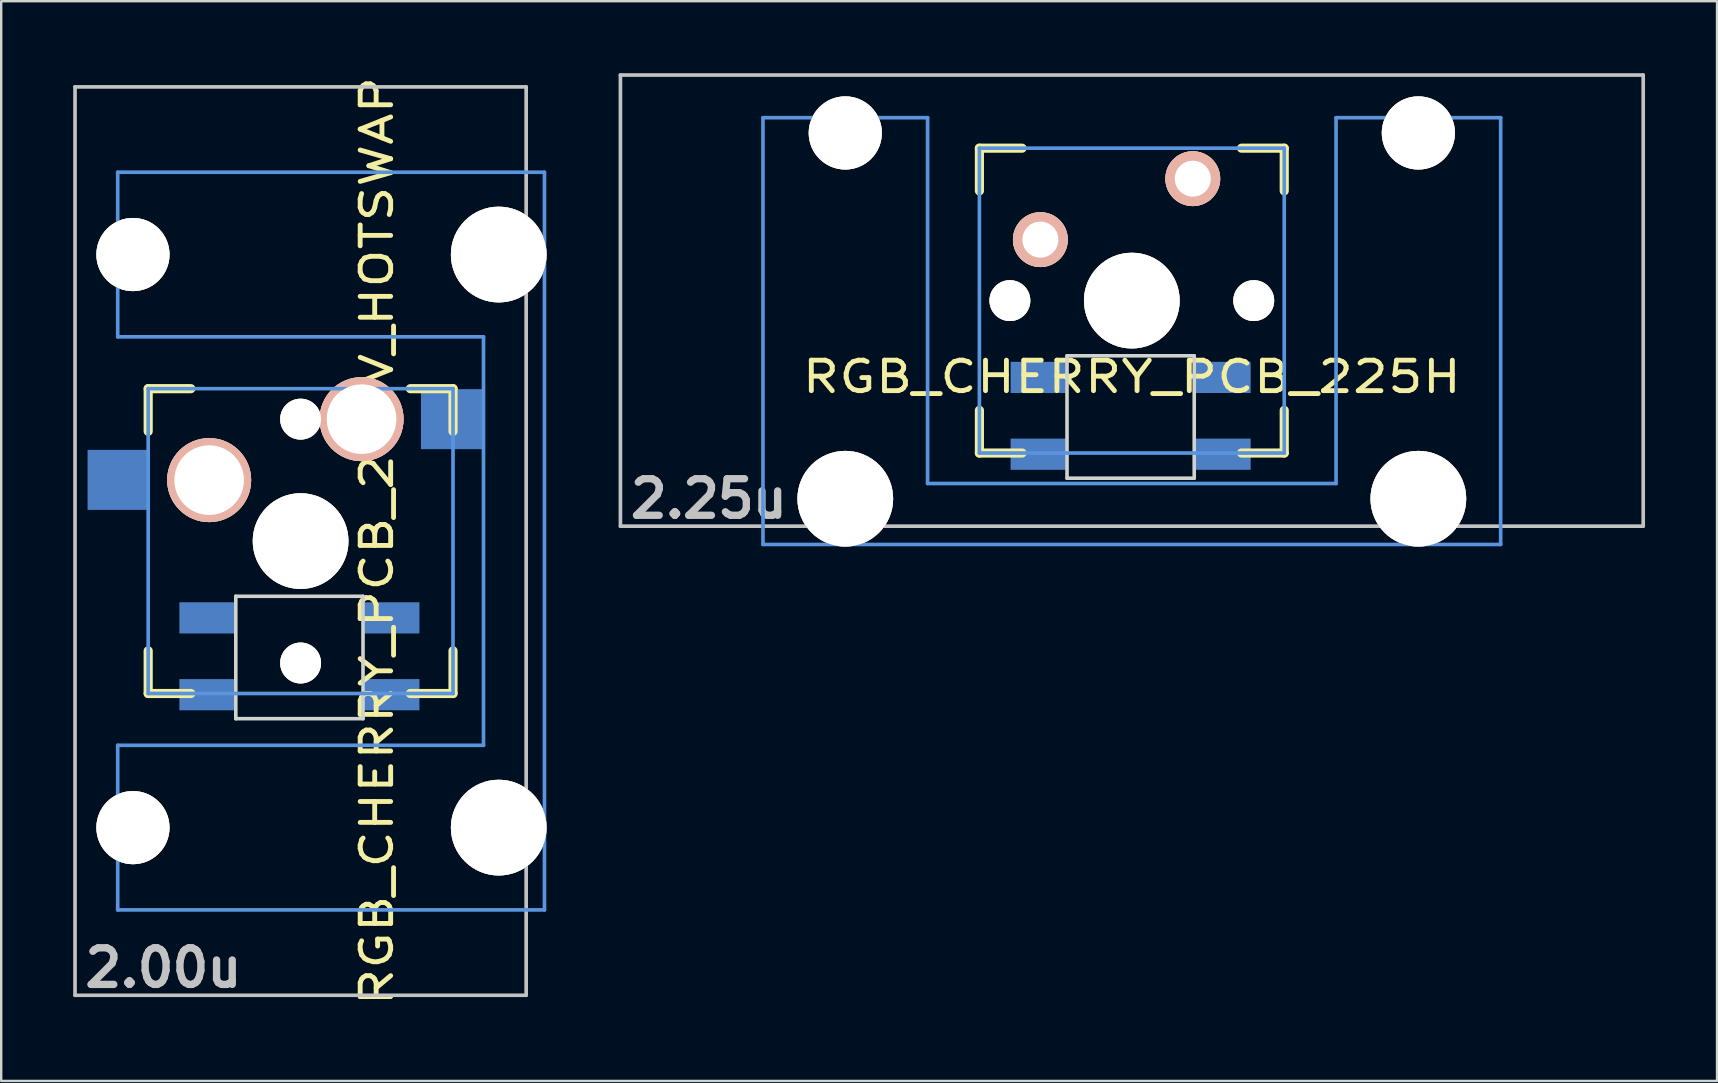
<source format=kicad_pcb>
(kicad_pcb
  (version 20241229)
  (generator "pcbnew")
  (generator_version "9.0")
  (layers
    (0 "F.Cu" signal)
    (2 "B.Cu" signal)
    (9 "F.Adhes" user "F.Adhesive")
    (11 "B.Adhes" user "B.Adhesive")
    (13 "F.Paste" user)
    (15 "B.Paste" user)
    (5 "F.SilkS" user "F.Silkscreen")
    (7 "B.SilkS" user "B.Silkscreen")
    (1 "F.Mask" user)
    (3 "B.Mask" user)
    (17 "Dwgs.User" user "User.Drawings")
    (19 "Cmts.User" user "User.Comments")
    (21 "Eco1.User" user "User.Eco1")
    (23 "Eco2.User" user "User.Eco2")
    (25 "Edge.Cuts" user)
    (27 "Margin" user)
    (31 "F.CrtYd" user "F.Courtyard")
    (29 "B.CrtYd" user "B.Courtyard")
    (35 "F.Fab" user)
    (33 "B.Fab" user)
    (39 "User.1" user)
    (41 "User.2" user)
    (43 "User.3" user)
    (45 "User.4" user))
  (footprint "RGB_CHERRY_PCB_200V_HOTSWAP"
    (layer "F.Cu")
    (at 9.474 19.493)
    (property "Reference" "RGB_CHERRY_PCB_200V_HOTSWAP" (at 3.175 0 90) (layer "F.SilkS") (effects (font (size 1.27 1.524) (thickness 0.203))))
    (attr through_hole)
    (fp_line (start -6.35 -6.35) (end -4.572 -6.35) (stroke (width 0.381) (type solid)) (layer "F.SilkS"))
    (fp_line (start -6.35 -4.572) (end -6.35 -6.35) (stroke (width 0.381) (type solid)) (layer "F.SilkS"))
    (fp_line (start -6.35 6.35) (end -6.35 4.572) (stroke (width 0.381) (type solid)) (layer "F.SilkS"))
    (fp_line (start -4.572 6.35) (end -6.35 6.35) (stroke (width 0.381) (type solid)) (layer "F.SilkS"))
    (fp_line (start 4.572 -6.35) (end 6.35 -6.35) (stroke (width 0.381) (type solid)) (layer "F.SilkS"))
    (fp_line (start 6.35 -6.35) (end 6.35 -4.572) (stroke (width 0.381) (type solid)) (layer "F.SilkS"))
    (fp_line (start 6.35 4.572) (end 6.35 6.35) (stroke (width 0.381) (type solid)) (layer "F.SilkS"))
    (fp_line (start 6.35 6.35) (end 4.572 6.35) (stroke (width 0.381) (type solid)) (layer "F.SilkS"))
    (fp_line (start -9.398 -18.923) (end 9.398 -18.923) (stroke (width 0.152) (type solid)) (layer "Dwgs.User"))
    (fp_line (start -9.398 18.923) (end -9.398 -18.923) (stroke (width 0.152) (type solid)) (layer "Dwgs.User"))
    (fp_line (start 9.398 -18.923) (end 9.398 18.923) (stroke (width 0.152) (type solid)) (layer "Dwgs.User"))
    (fp_line (start 9.398 18.923) (end -9.398 18.923) (stroke (width 0.152) (type solid)) (layer "Dwgs.User"))
    (fp_line (start -7.62 -15.367) (end -7.62 -8.509) (stroke (width 0.152) (type solid)) (layer "Cmts.User"))
    (fp_line (start -7.62 -8.509) (end 7.62 -8.509) (stroke (width 0.152) (type solid)) (layer "Cmts.User"))
    (fp_line (start -7.62 8.509) (end -7.62 15.367) (stroke (width 0.152) (type solid)) (layer "Cmts.User"))
    (fp_line (start -7.62 15.367) (end 10.16 15.367) (stroke (width 0.152) (type solid)) (layer "Cmts.User"))
    (fp_line (start -6.35 -6.35) (end 6.35 -6.35) (stroke (width 0.152) (type solid)) (layer "Cmts.User"))
    (fp_line (start -6.35 6.35) (end -6.35 -6.35) (stroke (width 0.152) (type solid)) (layer "Cmts.User"))
    (fp_line (start 6.35 -6.35) (end 6.35 6.35) (stroke (width 0.152) (type solid)) (layer "Cmts.User"))
    (fp_line (start 6.35 6.35) (end -6.35 6.35) (stroke (width 0.152) (type solid)) (layer "Cmts.User"))
    (fp_line (start 7.62 -8.509) (end 7.62 8.509) (stroke (width 0.152) (type solid)) (layer "Cmts.User"))
    (fp_line (start 7.62 8.509) (end -7.62 8.509) (stroke (width 0.152) (type solid)) (layer "Cmts.User"))
    (fp_line (start 10.16 -15.367) (end -7.62 -15.367) (stroke (width 0.152) (type solid)) (layer "Cmts.User"))
    (fp_line (start 10.16 15.367) (end 10.16 -15.367) (stroke (width 0.152) (type solid)) (layer "Cmts.User"))
    (fp_line (start -6.985 -6.985) (end -4.877 -6.985) (stroke (width 0.152) (type solid)) (layer "Eco2.User"))
    (fp_line (start -6.985 6.985) (end -6.985 -6.985) (stroke (width 0.152) (type solid)) (layer "Eco2.User"))
    (fp_line (start -5.69 -15.265) (end -2.286 -15.265) (stroke (width 0.152) (type solid)) (layer "Eco2.User"))
    (fp_line (start -5.69 -8.611) (end -5.69 -15.265) (stroke (width 0.152) (type solid)) (layer "Eco2.User"))
    (fp_line (start -5.69 8.611) (end -4.877 8.611) (stroke (width 0.152) (type solid)) (layer "Eco2.User"))
    (fp_line (start -5.69 15.265) (end -5.69 8.611) (stroke (width 0.152) (type solid)) (layer "Eco2.User"))
    (fp_line (start -4.877 -8.611) (end -5.69 -8.611) (stroke (width 0.152) (type solid)) (layer "Eco2.User"))
    (fp_line (start -4.877 -6.985) (end -4.877 -8.611) (stroke (width 0.152) (type solid)) (layer "Eco2.User"))
    (fp_line (start -4.877 6.985) (end -6.985 6.985) (stroke (width 0.152) (type solid)) (layer "Eco2.User"))
    (fp_line (start -4.877 8.611) (end -4.877 6.985) (stroke (width 0.152) (type solid)) (layer "Eco2.User"))
    (fp_line (start -2.286 -16.129) (end 0.508 -16.129) (stroke (width 0.152) (type solid)) (layer "Eco2.User"))
    (fp_line (start -2.286 -15.265) (end -2.286 -16.129) (stroke (width 0.152) (type solid)) (layer "Eco2.User"))
    (fp_line (start -2.286 15.265) (end -5.69 15.265) (stroke (width 0.152) (type solid)) (layer "Eco2.User"))
    (fp_line (start -2.286 16.129) (end -2.286 15.265) (stroke (width 0.152) (type solid)) (layer "Eco2.User"))
    (fp_line (start 0.508 -16.129) (end 0.508 -15.265) (stroke (width 0.152) (type solid)) (layer "Eco2.User"))
    (fp_line (start 0.508 -15.265) (end 6.604 -15.265) (stroke (width 0.152) (type solid)) (layer "Eco2.User"))
    (fp_line (start 0.508 15.265) (end 0.508 16.129) (stroke (width 0.152) (type solid)) (layer "Eco2.User"))
    (fp_line (start 0.508 16.129) (end -2.286 16.129) (stroke (width 0.152) (type solid)) (layer "Eco2.User"))
    (fp_line (start 5.817 -8.611) (end 5.817 -6.985) (stroke (width 0.152) (type solid)) (layer "Eco2.User"))
    (fp_line (start 5.817 -6.985) (end 6.985 -6.985) (stroke (width 0.152) (type solid)) (layer "Eco2.User"))
    (fp_line (start 5.817 6.985) (end 5.817 8.611) (stroke (width 0.152) (type solid)) (layer "Eco2.User"))
    (fp_line (start 5.817 8.611) (end 6.604 8.611) (stroke (width 0.152) (type solid)) (layer "Eco2.User"))
    (fp_line (start 6.604 -15.265) (end 6.604 -14.224) (stroke (width 0.152) (type solid)) (layer "Eco2.User"))
    (fp_line (start 6.604 -14.224) (end 7.772 -14.224) (stroke (width 0.152) (type solid)) (layer "Eco2.User"))
    (fp_line (start 6.604 -9.652) (end 6.604 -8.611) (stroke (width 0.152) (type solid)) (layer "Eco2.User"))
    (fp_line (start 6.604 -8.611) (end 5.817 -8.611) (stroke (width 0.152) (type solid)) (layer "Eco2.User"))
    (fp_line (start 6.604 8.611) (end 6.604 9.652) (stroke (width 0.152) (type solid)) (layer "Eco2.User"))
    (fp_line (start 6.604 9.652) (end 7.772 9.652) (stroke (width 0.152) (type solid)) (layer "Eco2.User"))
    (fp_line (start 6.604 14.224) (end 6.604 15.265) (stroke (width 0.152) (type solid)) (layer "Eco2.User"))
    (fp_line (start 6.604 15.265) (end 0.508 15.265) (stroke (width 0.152) (type solid)) (layer "Eco2.User"))
    (fp_line (start 6.985 -6.985) (end 6.985 6.985) (stroke (width 0.152) (type solid)) (layer "Eco2.User"))
    (fp_line (start 6.985 6.985) (end 5.817 6.985) (stroke (width 0.152) (type solid)) (layer "Eco2.User"))
    (fp_line (start 7.772 -14.224) (end 7.772 -9.652) (stroke (width 0.152) (type solid)) (layer "Eco2.User"))
    (fp_line (start 7.772 -9.652) (end 6.604 -9.652) (stroke (width 0.152) (type solid)) (layer "Eco2.User"))
    (fp_line (start 7.772 9.652) (end 7.772 14.224) (stroke (width 0.152) (type solid)) (layer "Eco2.User"))
    (fp_line (start 7.772 14.224) (end 6.604 14.224) (stroke (width 0.152) (type solid)) (layer "Eco2.User"))
    (fp_line (start -2.7 2.3) (end -2.7 7.4) (stroke (width 0.15) (type solid)) (layer "Edge.Cuts"))
    (fp_line (start -2.7 2.3) (end 2.6 2.3) (stroke (width 0.15) (type solid)) (layer "Edge.Cuts"))
    (fp_line (start 2.6 2.3) (end 2.6 7.4) (stroke (width 0.15) (type solid)) (layer "Edge.Cuts"))
    (fp_line (start 2.6 7.4) (end -2.7 7.4) (stroke (width 0.15) (type solid)) (layer "Edge.Cuts"))
    (fp_text user "2.00u" (at -5.715 17.78 0) (layer "Dwgs.User") (effects (font (size 1.524 1.524) (thickness 0.305))))
    (pad "" np_thru_hole circle (at -6.985 -11.938 90) (size 3.048 3.048) (drill 3.048) (layers "*.Cu" "*.SilkS" "*.Mask"))
    (pad "" np_thru_hole circle (at -6.985 11.938 90) (size 3.048 3.048) (drill 3.048) (layers "*.Cu" "*.SilkS" "*.Mask"))
    (pad "" np_thru_hole circle (at 0 -5.08 90) (size 1.702 1.702) (drill 1.702) (layers "*.Cu" "*.SilkS" "*.Mask"))
    (pad "" np_thru_hole circle (at 0 0 90) (size 3.988 3.988) (drill 3.988) (layers "*.Cu" "*.SilkS" "*.Mask"))
    (pad "" np_thru_hole circle (at 0 5.08 90) (size 1.702 1.702) (drill 1.702) (layers "*.Cu" "*.SilkS" "*.Mask"))
    (pad "" np_thru_hole circle (at 8.255 -11.938 90) (size 3.988 3.988) (drill 3.988) (layers "*.Cu" "*.SilkS" "*.Mask"))
    (pad "" np_thru_hole circle (at 8.255 11.938 90) (size 3.988 3.988) (drill 3.988) (layers "*.Cu" "*.SilkS" "*.Mask"))
    (pad "1" thru_hole circle (at 2.54 -5.08) (size 3.5 3.5) (drill 2.9) (layers "*.Cu" "*.SilkS" "*.Mask"))
    (pad "1" smd rect (at 6.29 -5.08) (size 2.55 2.5) (layers "B.Cu" "B.Mask" "B.Paste"))
    (pad "2" smd rect (at -7.6 -2.55) (size 2.55 2.5) (layers "B.Cu" "B.Mask" "B.Paste"))
    (pad "2" thru_hole circle (at -3.81 -2.54) (size 3.5 3.5) (drill 2.9) (layers "*.Cu" "*.SilkS" "*.Mask"))
    (pad "3" smd rect (at -2.8 3.2) (size 2.3 1.3) (drill (offset -1.1 0)) (layers "B.Cu" "B.Mask" "B.Paste"))
    (pad "4" smd rect (at -2.8 6.4) (size 2.3 1.3) (drill (offset -1.1 0)) (layers "B.Cu" "B.Mask" "B.Paste"))
    (pad "5" smd rect (at 2.7 6.4) (size 2.3 1.3) (drill (offset 1.1 0)) (layers "B.Cu" "B.Mask" "B.Paste"))
    (pad "6" smd rect (at 2.7 3.2) (size 2.3 1.3) (drill (offset 1.1 0)) (layers "B.Cu" "B.Mask" "B.Paste")))
  (footprint "RGB_CHERRY_PCB_225H"
    (layer "F.Cu")
    (at 44.105 9.474)
    (property "Reference" "RGB_CHERRY_PCB_225H" (at 0 3.175 0) (layer "F.SilkS") (effects (font (size 1.27 1.524) (thickness 0.203))))
    (attr through_hole)
    (fp_line (start -6.35 -6.35) (end -4.572 -6.35) (stroke (width 0.381) (type solid)) (layer "F.SilkS"))
    (fp_line (start -6.35 -4.572) (end -6.35 -6.35) (stroke (width 0.381) (type solid)) (layer "F.SilkS"))
    (fp_line (start -6.35 6.35) (end -6.35 4.572) (stroke (width 0.381) (type solid)) (layer "F.SilkS"))
    (fp_line (start -4.572 6.35) (end -6.35 6.35) (stroke (width 0.381) (type solid)) (layer "F.SilkS"))
    (fp_line (start 4.572 -6.35) (end 6.35 -6.35) (stroke (width 0.381) (type solid)) (layer "F.SilkS"))
    (fp_line (start 6.35 -6.35) (end 6.35 -4.572) (stroke (width 0.381) (type solid)) (layer "F.SilkS"))
    (fp_line (start 6.35 4.572) (end 6.35 6.35) (stroke (width 0.381) (type solid)) (layer "F.SilkS"))
    (fp_line (start 6.35 6.35) (end 4.572 6.35) (stroke (width 0.381) (type solid)) (layer "F.SilkS"))
    (fp_line (start -21.306 -9.398) (end 21.306 -9.398) (stroke (width 0.152) (type solid)) (layer "Dwgs.User"))
    (fp_line (start -21.306 9.398) (end -21.306 -9.398) (stroke (width 0.152) (type solid)) (layer "Dwgs.User"))
    (fp_line (start 21.306 -9.398) (end 21.306 9.398) (stroke (width 0.152) (type solid)) (layer "Dwgs.User"))
    (fp_line (start 21.306 9.398) (end -21.306 9.398) (stroke (width 0.152) (type solid)) (layer "Dwgs.User"))
    (fp_line (start -15.367 -7.62) (end -15.367 10.16) (stroke (width 0.152) (type solid)) (layer "Cmts.User"))
    (fp_line (start -15.367 10.16) (end 15.367 10.16) (stroke (width 0.152) (type solid)) (layer "Cmts.User"))
    (fp_line (start -8.509 -7.62) (end -15.367 -7.62) (stroke (width 0.152) (type solid)) (layer "Cmts.User"))
    (fp_line (start -8.509 7.62) (end -8.509 -7.62) (stroke (width 0.152) (type solid)) (layer "Cmts.User"))
    (fp_line (start -6.35 -6.35) (end 6.35 -6.35) (stroke (width 0.152) (type solid)) (layer "Cmts.User"))
    (fp_line (start -6.35 6.35) (end -6.35 -6.35) (stroke (width 0.152) (type solid)) (layer "Cmts.User"))
    (fp_line (start 6.35 -6.35) (end 6.35 6.35) (stroke (width 0.152) (type solid)) (layer "Cmts.User"))
    (fp_line (start 6.35 6.35) (end -6.35 6.35) (stroke (width 0.152) (type solid)) (layer "Cmts.User"))
    (fp_line (start 8.509 -7.62) (end 8.509 7.62) (stroke (width 0.152) (type solid)) (layer "Cmts.User"))
    (fp_line (start 8.509 7.62) (end -8.509 7.62) (stroke (width 0.152) (type solid)) (layer "Cmts.User"))
    (fp_line (start 15.367 -7.62) (end 8.509 -7.62) (stroke (width 0.152) (type solid)) (layer "Cmts.User"))
    (fp_line (start 15.367 10.16) (end 15.367 -7.62) (stroke (width 0.152) (type solid)) (layer "Cmts.User"))
    (fp_line (start -16.129 -2.286) (end -15.265 -2.286) (stroke (width 0.152) (type solid)) (layer "Eco2.User"))
    (fp_line (start -16.129 0.508) (end -16.129 -2.286) (stroke (width 0.152) (type solid)) (layer "Eco2.User"))
    (fp_line (start -15.265 -5.69) (end -8.611 -5.69) (stroke (width 0.152) (type solid)) (layer "Eco2.User"))
    (fp_line (start -15.265 -2.286) (end -15.265 -5.69) (stroke (width 0.152) (type solid)) (layer "Eco2.User"))
    (fp_line (start -15.265 0.508) (end -16.129 0.508) (stroke (width 0.152) (type solid)) (layer "Eco2.User"))
    (fp_line (start -15.265 6.604) (end -15.265 0.508) (stroke (width 0.152) (type solid)) (layer "Eco2.User"))
    (fp_line (start -14.224 6.604) (end -15.265 6.604) (stroke (width 0.152) (type solid)) (layer "Eco2.User"))
    (fp_line (start -14.224 7.772) (end -14.224 6.604) (stroke (width 0.152) (type solid)) (layer "Eco2.User"))
    (fp_line (start -9.652 6.604) (end -9.652 7.772) (stroke (width 0.152) (type solid)) (layer "Eco2.User"))
    (fp_line (start -9.652 7.772) (end -14.224 7.772) (stroke (width 0.152) (type solid)) (layer "Eco2.User"))
    (fp_line (start -8.611 -5.69) (end -8.611 -4.877) (stroke (width 0.152) (type solid)) (layer "Eco2.User"))
    (fp_line (start -8.611 -4.877) (end -6.985 -4.877) (stroke (width 0.152) (type solid)) (layer "Eco2.User"))
    (fp_line (start -8.611 5.817) (end -8.611 6.604) (stroke (width 0.152) (type solid)) (layer "Eco2.User"))
    (fp_line (start -8.611 6.604) (end -9.652 6.604) (stroke (width 0.152) (type solid)) (layer "Eco2.User"))
    (fp_line (start -6.985 -6.985) (end 6.985 -6.985) (stroke (width 0.152) (type solid)) (layer "Eco2.User"))
    (fp_line (start -6.985 -4.877) (end -6.985 -6.985) (stroke (width 0.152) (type solid)) (layer "Eco2.User"))
    (fp_line (start -6.985 5.817) (end -8.611 5.817) (stroke (width 0.152) (type solid)) (layer "Eco2.User"))
    (fp_line (start -6.985 6.985) (end -6.985 5.817) (stroke (width 0.152) (type solid)) (layer "Eco2.User"))
    (fp_line (start 6.985 -6.985) (end 6.985 -4.877) (stroke (width 0.152) (type solid)) (layer "Eco2.User"))
    (fp_line (start 6.985 -4.877) (end 8.611 -4.877) (stroke (width 0.152) (type solid)) (layer "Eco2.User"))
    (fp_line (start 6.985 5.817) (end 6.985 6.985) (stroke (width 0.152) (type solid)) (layer "Eco2.User"))
    (fp_line (start 6.985 6.985) (end -6.985 6.985) (stroke (width 0.152) (type solid)) (layer "Eco2.User"))
    (fp_line (start 8.611 -5.69) (end 15.265 -5.69) (stroke (width 0.152) (type solid)) (layer "Eco2.User"))
    (fp_line (start 8.611 -4.877) (end 8.611 -5.69) (stroke (width 0.152) (type solid)) (layer "Eco2.User"))
    (fp_line (start 8.611 5.817) (end 6.985 5.817) (stroke (width 0.152) (type solid)) (layer "Eco2.User"))
    (fp_line (start 8.611 6.604) (end 8.611 5.817) (stroke (width 0.152) (type solid)) (layer "Eco2.User"))
    (fp_line (start 9.652 6.604) (end 8.611 6.604) (stroke (width 0.152) (type solid)) (layer "Eco2.User"))
    (fp_line (start 9.652 7.772) (end 9.652 6.604) (stroke (width 0.152) (type solid)) (layer "Eco2.User"))
    (fp_line (start 14.224 6.604) (end 14.224 7.772) (stroke (width 0.152) (type solid)) (layer "Eco2.User"))
    (fp_line (start 14.224 7.772) (end 9.652 7.772) (stroke (width 0.152) (type solid)) (layer "Eco2.User"))
    (fp_line (start 15.265 -5.69) (end 15.265 -2.286) (stroke (width 0.152) (type solid)) (layer "Eco2.User"))
    (fp_line (start 15.265 -2.286) (end 16.129 -2.286) (stroke (width 0.152) (type solid)) (layer "Eco2.User"))
    (fp_line (start 15.265 0.508) (end 15.265 6.604) (stroke (width 0.152) (type solid)) (layer "Eco2.User"))
    (fp_line (start 15.265 6.604) (end 14.224 6.604) (stroke (width 0.152) (type solid)) (layer "Eco2.User"))
    (fp_line (start 16.129 -2.286) (end 16.129 0.508) (stroke (width 0.152) (type solid)) (layer "Eco2.User"))
    (fp_line (start 16.129 0.508) (end 15.265 0.508) (stroke (width 0.152) (type solid)) (layer "Eco2.User"))
    (fp_line (start -2.7 2.3) (end -2.7 7.4) (stroke (width 0.15) (type solid)) (layer "Edge.Cuts"))
    (fp_line (start -2.7 2.3) (end 2.6 2.3) (stroke (width 0.15) (type solid)) (layer "Edge.Cuts"))
    (fp_line (start 2.6 2.3) (end 2.6 7.4) (stroke (width 0.15) (type solid)) (layer "Edge.Cuts"))
    (fp_line (start 2.6 7.4) (end -2.7 7.4) (stroke (width 0.15) (type solid)) (layer "Edge.Cuts"))
    (fp_text user "2.25u" (at -17.623 8.255 0) (layer "Dwgs.User") (effects (font (size 1.524 1.524) (thickness 0.305))))
    (pad "" np_thru_hole circle (at -11.938 -6.985) (size 3.048 3.048) (drill 3.048) (layers "*.Cu" "*.SilkS" "*.Mask"))
    (pad "" np_thru_hole circle (at -11.938 8.255) (size 3.988 3.988) (drill 3.988) (layers "*.Cu" "*.SilkS" "*.Mask"))
    (pad "" np_thru_hole circle (at -5.08 0) (size 1.702 1.702) (drill 1.702) (layers "*.Cu" "*.SilkS" "*.Mask"))
    (pad "" np_thru_hole circle (at 0 0) (size 3.988 3.988) (drill 3.988) (layers "*.Cu" "*.SilkS" "*.Mask"))
    (pad "" np_thru_hole circle (at 5.08 0) (size 1.702 1.702) (drill 1.702) (layers "*.Cu" "*.SilkS" "*.Mask"))
    (pad "" np_thru_hole circle (at 11.938 -6.985) (size 3.048 3.048) (drill 3.048) (layers "*.Cu" "*.SilkS" "*.Mask"))
    (pad "" np_thru_hole circle (at 11.938 8.255) (size 3.988 3.988) (drill 3.988) (layers "*.Cu" "*.SilkS" "*.Mask"))
    (pad "1" thru_hole circle (at 2.54 -5.08) (size 2.286 2.286) (drill 1.499) (layers "*.Cu" "*.SilkS" "*.Mask"))
    (pad "2" thru_hole circle (at -3.81 -2.54) (size 2.286 2.286) (drill 1.499) (layers "*.Cu" "*.SilkS" "*.Mask"))
    (pad "3" smd rect (at -2.8 3.2) (size 2.3 1.3) (drill (offset -1.1 0)) (layers "B.Cu" "B.Mask" "B.Paste"))
    (pad "4" smd rect (at -2.8 6.4) (size 2.3 1.3) (drill (offset -1.1 0)) (layers "B.Cu" "B.Mask" "B.Paste"))
    (pad "5" smd rect (at 2.7 6.4) (size 2.3 1.3) (drill (offset 1.1 0)) (layers "B.Cu" "B.Mask" "B.Paste"))
    (pad "6" smd rect (at 2.7 3.2) (size 2.3 1.3) (drill (offset 1.1 0)) (layers "B.Cu" "B.Mask" "B.Paste")))
  (gr_rect
    (start -3 -3)
    (end 68.487 41.985)
    (stroke (width 0.1) (type default))
    (fill no)
    (layer "Edge.Cuts")))
</source>
